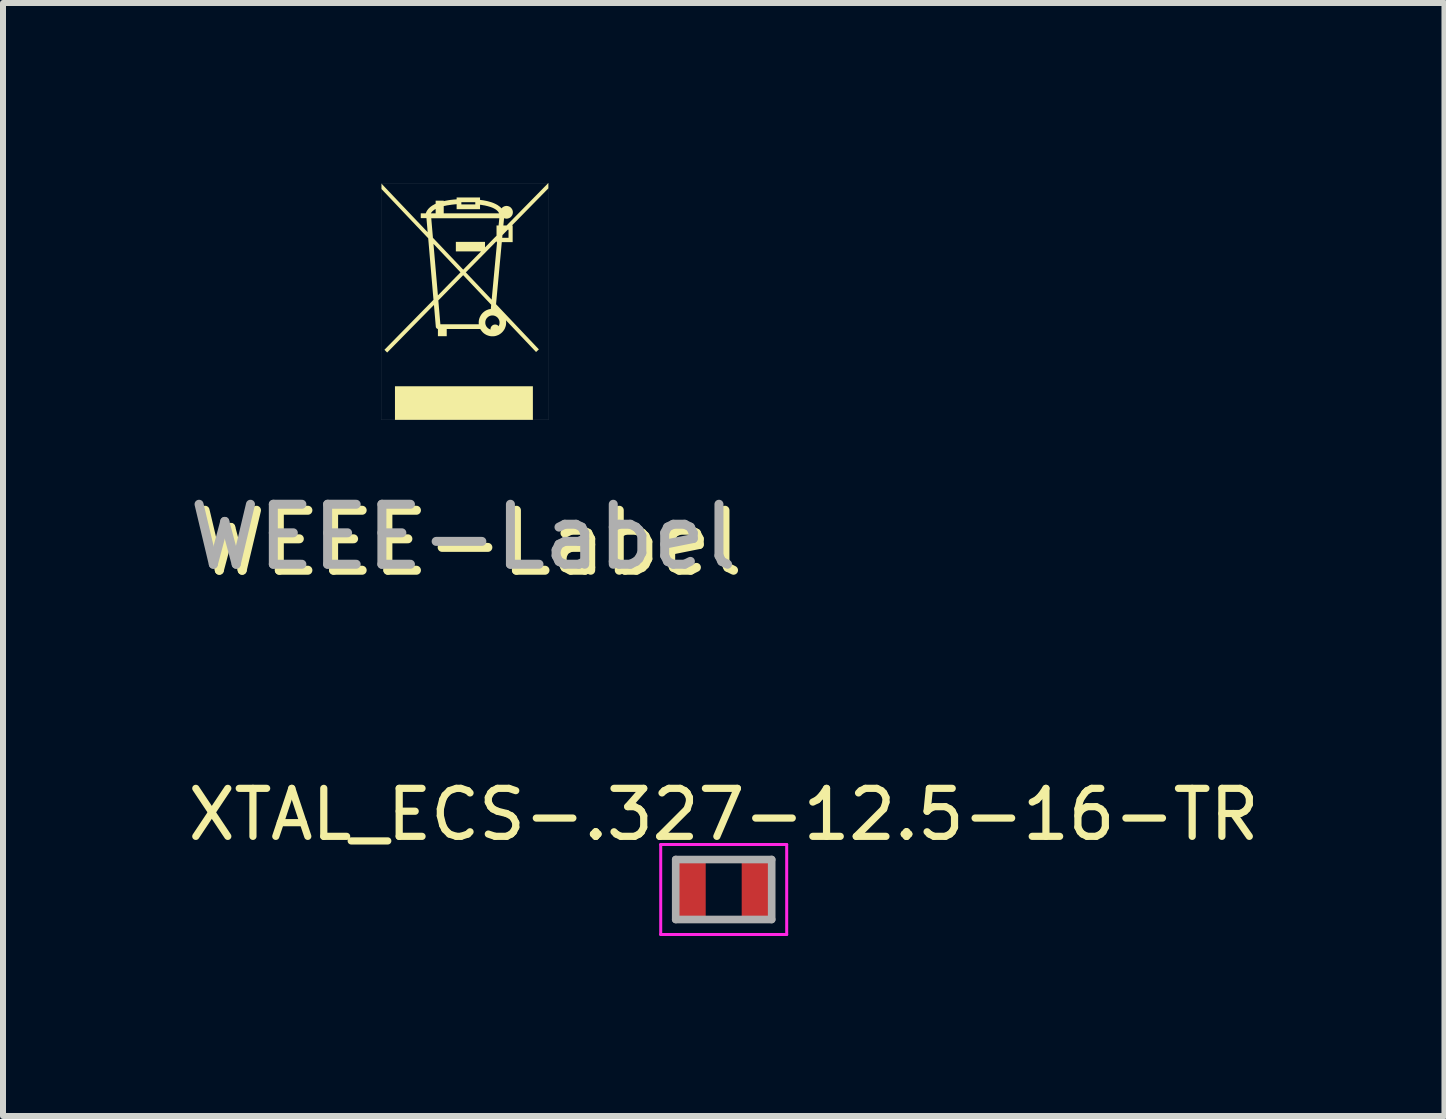
<source format=kicad_pcb>
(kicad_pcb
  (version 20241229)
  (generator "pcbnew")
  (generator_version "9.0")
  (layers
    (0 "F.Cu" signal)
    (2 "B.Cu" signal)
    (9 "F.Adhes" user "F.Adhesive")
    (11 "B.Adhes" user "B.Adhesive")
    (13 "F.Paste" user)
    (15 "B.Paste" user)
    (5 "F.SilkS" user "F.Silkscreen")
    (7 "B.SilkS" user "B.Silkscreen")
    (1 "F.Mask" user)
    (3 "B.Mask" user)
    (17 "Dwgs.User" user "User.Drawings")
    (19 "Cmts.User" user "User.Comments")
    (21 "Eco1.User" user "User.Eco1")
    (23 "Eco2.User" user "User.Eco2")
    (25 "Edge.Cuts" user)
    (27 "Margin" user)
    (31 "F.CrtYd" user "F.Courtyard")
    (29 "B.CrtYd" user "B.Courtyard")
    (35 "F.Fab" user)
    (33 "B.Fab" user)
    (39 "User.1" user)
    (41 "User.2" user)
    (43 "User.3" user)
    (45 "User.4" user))
  (footprint "WEEE-Label"
    (layer "F.Cu")
    (at 4.698 1.976)
    (property "Reference" "WEEE-Label" (at 0.075 4.025 0) (unlocked yes) (layer "F.SilkS") (effects (font (size 1 1) (thickness 0.15))))
    (attr smd exclude_from_bom)
    (fp_poly (pts (xy 1.135 1.973) (xy -1.164 1.973) (xy -1.164 1.413) (xy 1.135 1.413)) (stroke (width 0) (type solid)) (fill yes) (layer "F.SilkS"))
    (fp_poly (pts (xy 0.51 0.384) (xy 0.514 0.384) (xy 0.517 0.385) (xy 0.521 0.385) (xy 0.525 0.386) (xy 0.529 0.387) (xy 0.532 0.388) (xy 0.536 0.39) (xy 0.539 0.391) (xy 0.542 0.393) (xy 0.546 0.395) (xy 0.549 0.397) (xy 0.552 0.399) (xy 0.555 0.401) (xy 0.558 0.404) (xy 0.56 0.406) (xy 0.563 0.409) (xy 0.565 0.412) (xy 0.568 0.415) (xy 0.57 0.418) (xy 0.572 0.421) (xy 0.574 0.424) (xy 0.575 0.427) (xy 0.577 0.431) (xy 0.578 0.434) (xy 0.579 0.438) (xy 0.58 0.442) (xy 0.581 0.445) (xy 0.582 0.449) (xy 0.582 0.453) (xy 0.583 0.457) (xy 0.583 0.461) (xy 0.583 0.465) (xy 0.582 0.469) (xy 0.582 0.473) (xy 0.581 0.476) (xy 0.58 0.48) (xy 0.579 0.484) (xy 0.578 0.487) (xy 0.577 0.491) (xy 0.575 0.494) (xy 0.574 0.498) (xy 0.572 0.501) (xy 0.57 0.504) (xy 0.568 0.507) (xy 0.565 0.51) (xy 0.563 0.513) (xy 0.56 0.515) (xy 0.558 0.518) (xy 0.555 0.52) (xy 0.552 0.523) (xy 0.549 0.525) (xy 0.546 0.527) (xy 0.542 0.529) (xy 0.539 0.53) (xy 0.536 0.532) (xy 0.532 0.533) (xy 0.529 0.535) (xy 0.525 0.536) (xy 0.521 0.537) (xy 0.517 0.537) (xy 0.514 0.538) (xy 0.51 0.538) (xy 0.506 0.538) (xy 0.502 0.538) (xy 0.498 0.538) (xy 0.494 0.537) (xy 0.49 0.537) (xy 0.486 0.536) (xy 0.483 0.535) (xy 0.479 0.533) (xy 0.476 0.532) (xy 0.472 0.53) (xy 0.469 0.529) (xy 0.466 0.527) (xy 0.462 0.525) (xy 0.459 0.523) (xy 0.457 0.52) (xy 0.454 0.518) (xy 0.451 0.515) (xy 0.448 0.513) (xy 0.446 0.51) (xy 0.444 0.507) (xy 0.442 0.504) (xy 0.44 0.501) (xy 0.438 0.498) (xy 0.436 0.494) (xy 0.435 0.491) (xy 0.433 0.487) (xy 0.432 0.484) (xy 0.431 0.48) (xy 0.43 0.476) (xy 0.429 0.473) (xy 0.429 0.469) (xy 0.429 0.465) (xy 0.428 0.461) (xy 0.429 0.457) (xy 0.429 0.453) (xy 0.429 0.449) (xy 0.43 0.445) (xy 0.431 0.442) (xy 0.432 0.438) (xy 0.433 0.434) (xy 0.435 0.431) (xy 0.436 0.427) (xy 0.438 0.424) (xy 0.44 0.421) (xy 0.442 0.418) (xy 0.444 0.415) (xy 0.446 0.412) (xy 0.448 0.409) (xy 0.451 0.406) (xy 0.454 0.404) (xy 0.457 0.401) (xy 0.459 0.399) (xy 0.462 0.397) (xy 0.466 0.395) (xy 0.469 0.393) (xy 0.472 0.391) (xy 0.476 0.39) (xy 0.479 0.388) (xy 0.483 0.387) (xy 0.486 0.386) (xy 0.49 0.385) (xy 0.494 0.385) (xy 0.498 0.384) (xy 0.502 0.384) (xy 0.506 0.384)) (stroke (width 0) (type solid)) (fill yes) (layer "F.SilkS"))
    (fp_poly (pts (xy 1.393 -1.886) (xy 0.786 -1.267) (xy 0.798 -1.267) (xy 0.798 -0.99) (xy 0.617 -0.99) (xy 0.521 0.045) (xy 1.235 0.798) (xy 1.188 0.842) (xy 0.686 0.313) (xy 0.687 0.318) (xy 0.687 0.323) (xy 0.688 0.327) (xy 0.688 0.332) (xy 0.689 0.337) (xy 0.689 0.342) (xy 0.689 0.347) (xy 0.689 0.352) (xy 0.689 0.363) (xy 0.688 0.375) (xy 0.687 0.386) (xy 0.685 0.398) (xy 0.682 0.409) (xy 0.679 0.42) (xy 0.675 0.43) (xy 0.671 0.441) (xy 0.667 0.451) (xy 0.662 0.461) (xy 0.656 0.47) (xy 0.65 0.479) (xy 0.644 0.488) (xy 0.637 0.497) (xy 0.63 0.505) (xy 0.622 0.513) (xy 0.614 0.521) (xy 0.606 0.528) (xy 0.597 0.535) (xy 0.588 0.541) (xy 0.579 0.547) (xy 0.57 0.553) (xy 0.56 0.558) (xy 0.55 0.562) (xy 0.539 0.566) (xy 0.529 0.57) (xy 0.518 0.573) (xy 0.507 0.576) (xy 0.495 0.578) (xy 0.484 0.579) (xy 0.472 0.58) (xy 0.461 0.58) (xy 0.444 0.58) (xy 0.428 0.578) (xy 0.413 0.575) (xy 0.397 0.571) (xy 0.383 0.566) (xy 0.368 0.561) (xy 0.354 0.554) (xy 0.341 0.546) (xy 0.328 0.538) (xy 0.316 0.529) (xy 0.305 0.519) (xy 0.294 0.508) (xy 0.284 0.496) (xy 0.275 0.484) (xy 0.266 0.472) (xy 0.258 0.458) (xy -0.301 0.458) (xy -0.301 0.578) (xy -0.448 0.578) (xy -0.448 0.458) (xy -0.449 0.458) (xy -0.451 0.457) (xy -0.453 0.457) (xy -0.454 0.457) (xy -0.456 0.456) (xy -0.457 0.455) (xy -0.459 0.455) (xy -0.46 0.454) (xy -0.463 0.452) (xy -0.466 0.45) (xy -0.469 0.448) (xy -0.471 0.446) (xy -0.474 0.443) (xy -0.476 0.44) (xy -0.478 0.438) (xy -0.478 0.436) (xy -0.479 0.435) (xy -0.48 0.433) (xy -0.481 0.432) (xy -0.481 0.43) (xy -0.482 0.428) (xy -0.482 0.427) (xy -0.483 0.425) (xy -0.483 0.424) (xy -0.483 0.422) (xy -0.514 0.057) (xy -1.294 0.851) (xy -1.34 0.805) (xy -0.532 -0.018) (xy -0.441 -0.018) (xy -0.407 0.379) (xy 0.234 0.379) (xy 0.233 0.376) (xy 0.233 0.372) (xy 0.233 0.369) (xy 0.232 0.365) (xy 0.232 0.362) (xy 0.232 0.358) (xy 0.232 0.355) (xy 0.232 0.352) (xy 0.342 0.352) (xy 0.342 0.358) (xy 0.342 0.364) (xy 0.343 0.37) (xy 0.344 0.375) (xy 0.345 0.381) (xy 0.347 0.387) (xy 0.349 0.392) (xy 0.351 0.398) (xy 0.353 0.403) (xy 0.356 0.408) (xy 0.359 0.413) (xy 0.362 0.418) (xy 0.365 0.423) (xy 0.369 0.427) (xy 0.373 0.431) (xy 0.377 0.436) (xy 0.381 0.44) (xy 0.385 0.443) (xy 0.389 0.447) (xy 0.394 0.45) (xy 0.399 0.453) (xy 0.404 0.456) (xy 0.409 0.459) (xy 0.414 0.461) (xy 0.42 0.463) (xy 0.425 0.465) (xy 0.431 0.467) (xy 0.437 0.468) (xy 0.442 0.469) (xy 0.448 0.47) (xy 0.454 0.47) (xy 0.461 0.47) (xy 0.467 0.47) (xy 0.473 0.47) (xy 0.479 0.469) (xy 0.485 0.468) (xy 0.49 0.467) (xy 0.496 0.465) (xy 0.501 0.463) (xy 0.507 0.461) (xy 0.512 0.459) (xy 0.517 0.456) (xy 0.522 0.453) (xy 0.527 0.45) (xy 0.532 0.447) (xy 0.536 0.443) (xy 0.541 0.44) (xy 0.545 0.436) (xy 0.549 0.431) (xy 0.552 0.427) (xy 0.556 0.423) (xy 0.559 0.418) (xy 0.562 0.413) (xy 0.565 0.408) (xy 0.568 0.403) (xy 0.57 0.398) (xy 0.572 0.392) (xy 0.574 0.387) (xy 0.576 0.381) (xy 0.577 0.375) (xy 0.578 0.37) (xy 0.579 0.364) (xy 0.579 0.358) (xy 0.579 0.352) (xy 0.579 0.345) (xy 0.579 0.339) (xy 0.578 0.333) (xy 0.577 0.328) (xy 0.576 0.322) (xy 0.574 0.316) (xy 0.572 0.311) (xy 0.57 0.305) (xy 0.568 0.3) (xy 0.565 0.295) (xy 0.562 0.29) (xy 0.559 0.285) (xy 0.556 0.28) (xy 0.552 0.276) (xy 0.549 0.272) (xy 0.545 0.267) (xy 0.541 0.264) (xy 0.536 0.26) (xy 0.532 0.256) (xy 0.527 0.253) (xy 0.522 0.25) (xy 0.517 0.247) (xy 0.512 0.244) (xy 0.507 0.242) (xy 0.501 0.24) (xy 0.496 0.238) (xy 0.49 0.236) (xy 0.485 0.235) (xy 0.479 0.234) (xy 0.473 0.233) (xy 0.467 0.233) (xy 0.461 0.233) (xy 0.454 0.233) (xy 0.448 0.233) (xy 0.442 0.234) (xy 0.437 0.235) (xy 0.431 0.236) (xy 0.425 0.238) (xy 0.42 0.24) (xy 0.414 0.242) (xy 0.409 0.244) (xy 0.404 0.247) (xy 0.399 0.25) (xy 0.394 0.253) (xy 0.389 0.256) (xy 0.385 0.26) (xy 0.381 0.264) (xy 0.377 0.267) (xy 0.373 0.272) (xy 0.369 0.276) (xy 0.365 0.28) (xy 0.362 0.285) (xy 0.359 0.29) (xy 0.356 0.295) (xy 0.353 0.3) (xy 0.351 0.305) (xy 0.349 0.311) (xy 0.347 0.316) (xy 0.345 0.322) (xy 0.344 0.328) (xy 0.343 0.333) (xy 0.342 0.339) (xy 0.342 0.345) (xy 0.342 0.352) (xy 0.232 0.352) (xy 0.232 0.341) (xy 0.233 0.33) (xy 0.234 0.319) (xy 0.236 0.309) (xy 0.238 0.298) (xy 0.241 0.288) (xy 0.244 0.278) (xy 0.248 0.268) (xy 0.252 0.259) (xy 0.256 0.25) (xy 0.261 0.241) (xy 0.266 0.232) (xy 0.271 0.223) (xy 0.277 0.215) (xy 0.284 0.207) (xy 0.29 0.199) (xy 0.297 0.192) (xy 0.305 0.184) (xy 0.312 0.178) (xy 0.32 0.171) (xy 0.328 0.165) (xy 0.337 0.159) (xy 0.345 0.154) (xy 0.354 0.149) (xy 0.364 0.144) (xy 0.373 0.14) (xy 0.383 0.137) (xy 0.392 0.133) (xy 0.403 0.13) (xy 0.413 0.128) (xy 0.423 0.126) (xy 0.434 0.124) (xy 0.44 0.054) (xy -0.027 -0.439) (xy -0.441 -0.018) (xy -0.532 -0.018) (xy -0.522 -0.028) (xy -0.602 -0.961) (xy -0.522 -0.961) (xy -0.448 -0.102) (xy -0.073 -0.485) (xy 0.017 -0.485) (xy 0.448 -0.031) (xy 0.538 -0.99) (xy 0.529 -0.99) (xy 0.529 -1.006) (xy 0.017 -0.485) (xy -0.073 -0.485) (xy -0.072 -0.486) (xy -0.522 -0.961) (xy -0.602 -0.961) (xy -0.61 -1.054) (xy -1.389 -1.875) (xy -1.389 -1.965) (xy -0.619 -1.155) (xy -0.639 -1.387) (xy -0.559 -1.387) (xy -0.531 -1.062) (xy -0.027 -0.531) (xy 0.271 -0.835) (xy -0.149 -0.835) (xy -0.149 -0.994) (xy 0.337 -0.994) (xy 0.337 -0.902) (xy 0.494 -1.062) (xy 0.624 -1.062) (xy 0.729 -1.062) (xy 0.729 -1.196) (xy 0.715 -1.196) (xy 0.628 -1.107) (xy 0.624 -1.062) (xy 0.494 -1.062) (xy 0.529 -1.097) (xy 0.529 -1.267) (xy 0.563 -1.267) (xy 0.575 -1.387) (xy -0.559 -1.387) (xy -0.639 -1.387) (xy -0.639 -1.39) (xy -0.734 -1.39) (xy -0.734 -1.47) (xy -0.65 -1.47) (xy -0.351 -1.47) (xy 0.572 -1.47) (xy 0.568 -1.478) (xy 0.564 -1.485) (xy 0.559 -1.493) (xy 0.553 -1.5) (xy 0.547 -1.507) (xy 0.541 -1.513) (xy 0.534 -1.52) (xy 0.526 -1.526) (xy 0.519 -1.532) (xy 0.51 -1.537) (xy 0.501 -1.543) (xy 0.492 -1.548) (xy 0.473 -1.558) (xy 0.452 -1.567) (xy 0.43 -1.575) (xy 0.407 -1.582) (xy 0.383 -1.589) (xy 0.358 -1.595) (xy 0.333 -1.601) (xy 0.307 -1.605) (xy 0.281 -1.61) (xy 0.254 -1.613) (xy 0.254 -1.539) (xy -0.136 -1.539) (xy -0.136 -1.619) (xy -0.057 -1.619) (xy 0.175 -1.619) (xy 0.175 -1.655) (xy -0.057 -1.655) (xy -0.057 -1.619) (xy -0.136 -1.619) (xy -0.136 -1.622) (xy -0.162 -1.62) (xy -0.189 -1.617) (xy -0.216 -1.614) (xy -0.243 -1.61) (xy -0.27 -1.606) (xy -0.298 -1.602) (xy -0.324 -1.596) (xy -0.351 -1.591) (xy -0.351 -1.47) (xy -0.65 -1.47) (xy -0.65 -1.47) (xy -0.566 -1.47) (xy -0.486 -1.47) (xy -0.486 -1.542) (xy -0.493 -1.538) (xy -0.5 -1.535) (xy -0.506 -1.531) (xy -0.512 -1.527) (xy -0.518 -1.522) (xy -0.523 -1.518) (xy -0.529 -1.514) (xy -0.534 -1.509) (xy -0.539 -1.505) (xy -0.543 -1.5) (xy -0.548 -1.495) (xy -0.552 -1.491) (xy -0.556 -1.486) (xy -0.559 -1.48) (xy -0.562 -1.475) (xy -0.566 -1.47) (xy -0.65 -1.47) (xy -0.65 -1.471) (xy -0.649 -1.473) (xy -0.649 -1.475) (xy -0.648 -1.477) (xy -0.647 -1.479) (xy -0.646 -1.481) (xy -0.645 -1.483) (xy -0.644 -1.485) (xy -0.639 -1.497) (xy -0.633 -1.509) (xy -0.626 -1.52) (xy -0.618 -1.53) (xy -0.61 -1.541) (xy -0.601 -1.551) (xy -0.592 -1.56) (xy -0.582 -1.569) (xy -0.572 -1.578) (xy -0.561 -1.586) (xy -0.55 -1.594) (xy -0.538 -1.602) (xy -0.525 -1.609) (xy -0.513 -1.616) (xy -0.5 -1.623) (xy -0.486 -1.629) (xy -0.486 -1.681) (xy -0.351 -1.681) (xy -0.351 -1.673) (xy -0.324 -1.679) (xy -0.297 -1.684) (xy -0.27 -1.689) (xy -0.243 -1.693) (xy -0.23 -1.694) (xy 0.254 -1.694) (xy 0.254 -1.613) (xy 0.254 -1.613) (xy 0.254 -1.694) (xy 0.254 -1.694) (xy -0.23 -1.694) (xy -0.216 -1.696) (xy -0.189 -1.699) (xy -0.162 -1.701) (xy -0.136 -1.703) (xy -0.136 -1.734) (xy 0.254 -1.734) (xy 0.254 -1.694) (xy 0.307 -1.687) (xy 0.333 -1.682) (xy 0.359 -1.677) (xy 0.385 -1.671) (xy 0.41 -1.664) (xy 0.435 -1.657) (xy 0.459 -1.649) (xy 0.482 -1.64) (xy 0.504 -1.63) (xy 0.526 -1.619) (xy 0.546 -1.608) (xy 0.564 -1.595) (xy 0.582 -1.582) (xy 0.598 -1.568) (xy 0.612 -1.552) (xy 0.616 -1.557) (xy 0.62 -1.561) (xy 0.624 -1.565) (xy 0.629 -1.569) (xy 0.633 -1.573) (xy 0.638 -1.576) (xy 0.643 -1.579) (xy 0.649 -1.582) (xy 0.654 -1.584) (xy 0.66 -1.587) (xy 0.665 -1.588) (xy 0.671 -1.59) (xy 0.677 -1.591) (xy 0.683 -1.592) (xy 0.689 -1.593) (xy 0.696 -1.593) (xy 0.701 -1.593) (xy 0.706 -1.592) (xy 0.712 -1.592) (xy 0.717 -1.591) (xy 0.722 -1.59) (xy 0.727 -1.588) (xy 0.732 -1.586) (xy 0.737 -1.585) (xy 0.742 -1.582) (xy 0.746 -1.58) (xy 0.751 -1.578) (xy 0.755 -1.575) (xy 0.759 -1.572) (xy 0.763 -1.569) (xy 0.767 -1.565) (xy 0.77 -1.562) (xy 0.774 -1.558) (xy 0.777 -1.554) (xy 0.78 -1.55) (xy 0.783 -1.546) (xy 0.786 -1.542) (xy 0.789 -1.537) (xy 0.791 -1.533) (xy 0.793 -1.528) (xy 0.795 -1.523) (xy 0.797 -1.518) (xy 0.798 -1.513) (xy 0.799 -1.508) (xy 0.8 -1.503) (xy 0.801 -1.498) (xy 0.801 -1.492) (xy 0.801 -1.487) (xy 0.801 -1.482) (xy 0.801 -1.476) (xy 0.8 -1.471) (xy 0.799 -1.466) (xy 0.798 -1.461) (xy 0.797 -1.456) (xy 0.795 -1.451) (xy 0.793 -1.446) (xy 0.791 -1.441) (xy 0.789 -1.437) (xy 0.786 -1.432) (xy 0.783 -1.428) (xy 0.78 -1.424) (xy 0.777 -1.42) (xy 0.774 -1.416) (xy 0.77 -1.412) (xy 0.767 -1.409) (xy 0.763 -1.405) (xy 0.759 -1.402) (xy 0.755 -1.399) (xy 0.751 -1.397) (xy 0.746 -1.394) (xy 0.742 -1.392) (xy 0.737 -1.389) (xy 0.732 -1.388) (xy 0.727 -1.386) (xy 0.722 -1.385) (xy 0.717 -1.383) (xy 0.712 -1.382) (xy 0.706 -1.382) (xy 0.701 -1.381) (xy 0.696 -1.381) (xy 0.693 -1.381) (xy 0.69 -1.381) (xy 0.688 -1.381) (xy 0.685 -1.382) (xy 0.682 -1.382) (xy 0.68 -1.382) (xy 0.677 -1.383) (xy 0.674 -1.383) (xy 0.672 -1.384) (xy 0.669 -1.384) (xy 0.667 -1.385) (xy 0.664 -1.386) (xy 0.662 -1.387) (xy 0.659 -1.388) (xy 0.657 -1.388) (xy 0.655 -1.389) (xy 0.643 -1.267) (xy 0.696 -1.267) (xy 1.393 -1.976)) (stroke (width 0) (type solid)) (fill yes) (layer "F.SilkS"))
    (fp_rect (start -1.39 -1.975) (end 1.395 1.975) (stroke (width 0.001) (type default)) (fill no) (layer "Dwgs.User"))
    (fp_text user "${REFERENCE}" (at -0.025 3.925 0) (unlocked yes) (layer "F.Fab") (effects (font (size 1 1) (thickness 0.15)))))
  (footprint "XTAL_ECS-.327-12.5-16-TR"
    (layer "F.Cu")
    (at 9.014 11.778)
    (property "Reference" "XTAL_ECS-.327-12.5-16-TR" (at 0 -1.25 180) (layer "F.SilkS") (effects (font (size 0.8 0.8) (thickness 0.12))))
    (attr through_hole)
    (fp_line (start -1.05 -0.75) (end -1.05 0.75) (stroke (width 0.05) (type solid)) (layer "F.CrtYd"))
    (fp_line (start -1.05 0.75) (end 1.05 0.75) (stroke (width 0.05) (type solid)) (layer "F.CrtYd"))
    (fp_line (start 1.05 -0.75) (end -1.05 -0.75) (stroke (width 0.05) (type solid)) (layer "F.CrtYd"))
    (fp_line (start 1.05 0.75) (end 1.05 -0.75) (stroke (width 0.05) (type solid)) (layer "F.CrtYd"))
    (fp_line (start -0.8 -0.5) (end -0.8 0.5) (stroke (width 0.127) (type solid)) (layer "F.Fab"))
    (fp_line (start -0.8 0.5) (end 0.8 0.5) (stroke (width 0.127) (type solid)) (layer "F.Fab"))
    (fp_line (start 0.8 -0.5) (end -0.8 -0.5) (stroke (width 0.127) (type solid)) (layer "F.Fab"))
    (fp_line (start 0.8 0.5) (end 0.8 -0.5) (stroke (width 0.127) (type solid)) (layer "F.Fab"))
    (pad "1" smd rect (at -0.55 0) (size 0.5 1) (layers "F.Cu" "F.Mask" "F.Paste"))
    (pad "2" smd rect (at 0.55 0) (size 0.5 1) (layers "F.Cu" "F.Mask" "F.Paste")))
  (gr_rect
    (start -3 -3)
    (end 21.029 15.553)
    (stroke (width 0.1) (type default))
    (fill no)
    (layer "Edge.Cuts")))
</source>
